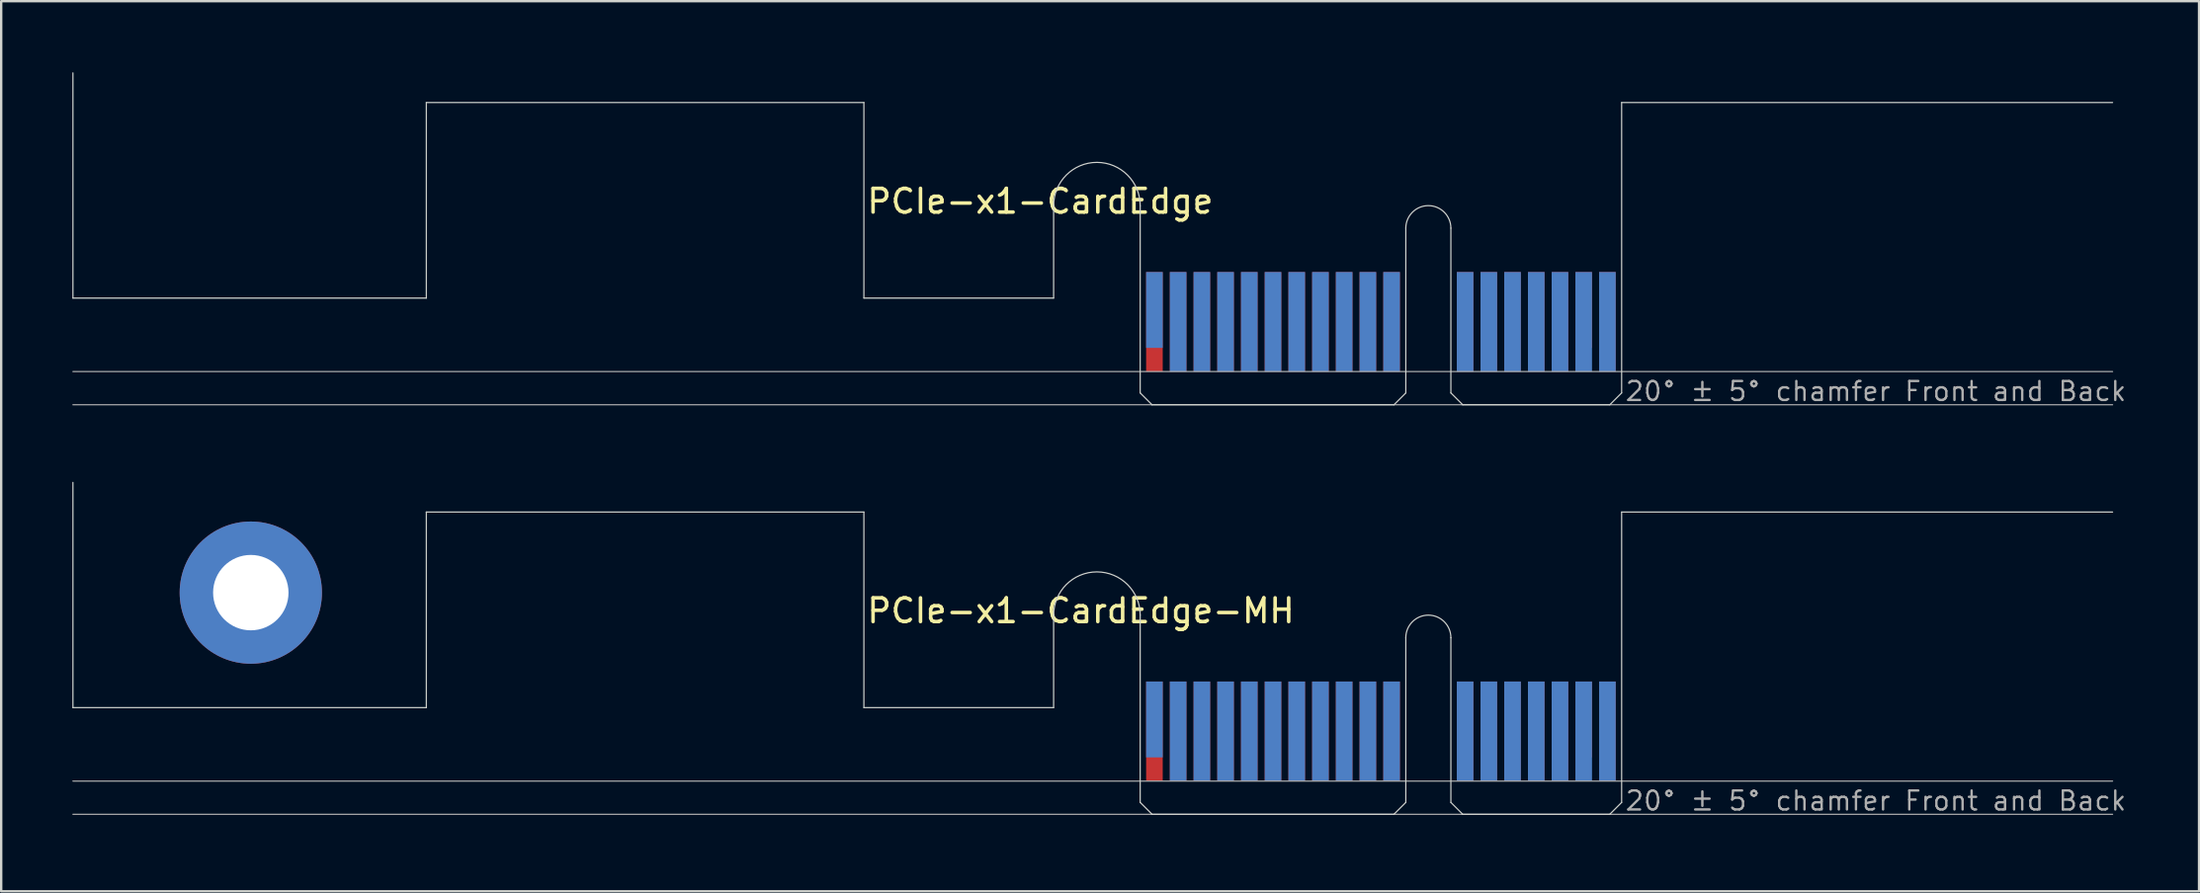
<source format=kicad_pcb>
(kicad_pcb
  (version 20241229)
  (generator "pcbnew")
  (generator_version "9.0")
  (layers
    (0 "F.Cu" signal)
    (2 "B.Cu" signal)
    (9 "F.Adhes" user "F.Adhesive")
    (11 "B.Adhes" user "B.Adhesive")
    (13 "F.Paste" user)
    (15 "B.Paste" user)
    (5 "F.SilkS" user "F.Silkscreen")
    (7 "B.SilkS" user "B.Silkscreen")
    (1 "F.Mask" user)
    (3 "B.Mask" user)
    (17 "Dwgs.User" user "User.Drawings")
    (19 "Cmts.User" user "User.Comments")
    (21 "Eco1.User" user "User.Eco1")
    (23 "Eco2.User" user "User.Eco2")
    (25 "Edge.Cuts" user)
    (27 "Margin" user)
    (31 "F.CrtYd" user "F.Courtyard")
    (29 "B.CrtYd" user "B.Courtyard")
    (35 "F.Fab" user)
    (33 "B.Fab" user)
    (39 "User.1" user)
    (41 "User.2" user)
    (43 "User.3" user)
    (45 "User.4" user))
  (footprint "PCIe-x1-CardEdge-MH"
    (layer "F.Cu")
    (at 45.025 31.3)
    (property "Reference" "PCIe-x1-CardEdge-MH" (at -11.6 -8 0) (layer "F.SilkS") (effects (font (size 1 1) (thickness 0.15)) (justify left bottom)))
    (attr exclude_from_pos_files exclude_from_bom)
    (fp_poly (pts (xy -3.65 -4.5) (xy -11.65 -4.5) (xy -11.65 -7.95) (xy -3.65 -7.95)) (stroke (width 0.1) (type solid)) (fill yes) (layer "F.Mask"))
    (fp_poly (pts (xy 11.2 -5.45) (xy 0 -5.45) (xy 0 0) (xy 11.2 0)) (stroke (width 0.1) (type solid)) (fill yes) (layer "F.Mask"))
    (fp_poly (pts (xy 20.3 -5.45) (xy 13.1 -5.45) (xy 13.1 0) (xy 20.3 0)) (stroke (width 0.1) (type solid)) (fill yes) (layer "F.Mask"))
    (fp_poly (pts (xy -3.65 -7.95) (xy -11.65 -7.95) (xy -11.65 -4.5) (xy -3.65 -4.5)) (stroke (width 0.1) (type solid)) (fill yes) (layer "B.Mask"))
    (fp_poly (pts (xy 11.2 0) (xy 0 0) (xy 0 -5.45) (xy 11.2 -5.45)) (stroke (width 0.1) (type solid)) (fill yes) (layer "B.Mask"))
    (fp_poly (pts (xy 20.3 -5.45) (xy 13.1 -5.45) (xy 13.1 0) (xy 20.3 0)) (stroke (width 0.1) (type solid)) (fill yes) (layer "B.Mask"))
    (fp_line (start -45 -4.5) (end -45 -14) (stroke (width 0.05) (type solid)) (layer "Edge.Cuts"))
    (fp_line (start -30.1 -12.75) (end -30.1 -4.5) (stroke (width 0.05) (type solid)) (layer "Edge.Cuts"))
    (fp_line (start -30.1 -4.5) (end -45 -4.5) (stroke (width 0.05) (type solid)) (layer "Edge.Cuts"))
    (fp_line (start -11.65 -12.75) (end -30.1 -12.75) (stroke (width 0.05) (type solid)) (layer "Edge.Cuts"))
    (fp_line (start -11.65 -4.5) (end -11.65 -12.75) (stroke (width 0.05) (type solid)) (layer "Edge.Cuts"))
    (fp_line (start -3.65 -4.5) (end -11.65 -4.5) (stroke (width 0.05) (type solid)) (layer "Edge.Cuts"))
    (fp_line (start -3.65 -4.5) (end -3.65 -8.4) (stroke (width 0.05) (type solid)) (layer "Edge.Cuts"))
    (fp_line (start 0 -0.5) (end 0 -8.4) (stroke (width 0.05) (type solid)) (layer "Edge.Cuts"))
    (fp_line (start 0.5 0) (end 0 -0.5) (stroke (width 0.05) (type solid)) (layer "Edge.Cuts"))
    (fp_line (start 0.5 0) (end 10.7 0) (stroke (width 0.05) (type solid)) (layer "Edge.Cuts"))
    (fp_line (start 10.7 0) (end 11.2 -0.5) (stroke (width 0.05) (type solid)) (layer "Edge.Cuts"))
    (fp_line (start 11.2 -0.5) (end 11.2 -7.45) (stroke (width 0.05) (type solid)) (layer "Edge.Cuts"))
    (fp_line (start 13.1 -0.5) (end 13.1 -7.45) (stroke (width 0.05) (type solid)) (layer "Edge.Cuts"))
    (fp_line (start 13.6 0) (end 13.1 -0.5) (stroke (width 0.05) (type solid)) (layer "Edge.Cuts"))
    (fp_line (start 19.8 0) (end 13.6 0) (stroke (width 0.05) (type solid)) (layer "Edge.Cuts"))
    (fp_line (start 19.8 0) (end 20.3 -0.5) (stroke (width 0.05) (type solid)) (layer "Edge.Cuts"))
    (fp_line (start 20.3 -12.75) (end 41 -12.75) (stroke (width 0.05) (type solid)) (layer "Edge.Cuts"))
    (fp_line (start 20.3 -0.5) (end 20.3 -12.75) (stroke (width 0.05) (type solid)) (layer "Edge.Cuts"))
    (fp_arc (start -3.65 -8.4) (mid -1.825 -10.225) (end 0 -8.4) (stroke (width 0.05) (type solid)) (layer "Edge.Cuts"))
    (fp_arc (start 11.2 -7.45) (mid 12.15 -8.4) (end 13.1 -7.45) (stroke (width 0.05) (type solid)) (layer "Edge.Cuts"))
    (fp_line (start -45 -1.4) (end 41 -1.4) (stroke (width 0.05) (type solid)) (layer "F.Fab"))
    (fp_line (start 41 0) (end -45 0) (stroke (width 0.05) (type solid)) (layer "F.Fab"))
    (fp_text user "20° ± 5° chamfer Front and Back" (at 20.4 -0.1 0) (layer "F.Fab") (effects (font (size 0.8 0.8) (thickness 0.1)) (justify left bottom)))
    (pad "A1" smd rect (at 0.6 -4) (size 0.7 3.2) (layers "B.Cu"))
    (pad "A2" smd rect (at 1.6 -3.5) (size 0.7 4.2) (layers "B.Cu"))
    (pad "A3" smd rect (at 2.6 -3.5) (size 0.7 4.2) (layers "B.Cu"))
    (pad "A4" smd rect (at 3.6 -3.5) (size 0.7 4.2) (layers "B.Cu"))
    (pad "A5" smd rect (at 4.6 -3.5) (size 0.7 4.2) (layers "B.Cu"))
    (pad "A6" smd rect (at 5.6 -3.5) (size 0.7 4.2) (layers "B.Cu"))
    (pad "A7" smd rect (at 6.6 -3.5) (size 0.7 4.2) (layers "B.Cu"))
    (pad "A8" smd rect (at 7.6 -3.5) (size 0.7 4.2) (layers "B.Cu"))
    (pad "A9" smd rect (at 8.6 -3.5) (size 0.7 4.2) (layers "B.Cu"))
    (pad "A10" smd rect (at 9.6 -3.5) (size 0.7 4.2) (layers "B.Cu"))
    (pad "A11" smd rect (at 10.6 -3.5) (size 0.7 4.2) (layers "B.Cu"))
    (pad "A12" smd rect (at 13.7 -3.5) (size 0.7 4.2) (layers "B.Cu"))
    (pad "A13" smd rect (at 14.7 -3.5) (size 0.7 4.2) (layers "B.Cu"))
    (pad "A14" smd rect (at 15.7 -3.5) (size 0.7 4.2) (layers "B.Cu"))
    (pad "A15" smd rect (at 16.7 -3.5) (size 0.7 4.2) (layers "B.Cu"))
    (pad "A16" smd rect (at 17.7 -3.5) (size 0.7 4.2) (layers "B.Cu"))
    (pad "A17" smd rect (at 18.7 -3.5) (size 0.7 4.2) (layers "B.Cu"))
    (pad "A18" smd rect (at 19.7 -3.5) (size 0.7 4.2) (layers "B.Cu"))
    (pad "B1" smd rect (at 0.6 -3.5) (size 0.7 4.2) (layers "F.Cu"))
    (pad "B2" smd rect (at 1.6 -3.5) (size 0.7 4.2) (layers "F.Cu"))
    (pad "B3" smd rect (at 2.6 -3.5) (size 0.7 4.2) (layers "F.Cu"))
    (pad "B4" smd rect (at 3.6 -3.5) (size 0.7 4.2) (layers "F.Cu"))
    (pad "B5" smd rect (at 4.6 -3.5) (size 0.7 4.2) (layers "F.Cu"))
    (pad "B6" smd rect (at 5.6 -3.5) (size 0.7 4.2) (layers "F.Cu"))
    (pad "B7" smd rect (at 6.6 -3.5) (size 0.7 4.2) (layers "F.Cu"))
    (pad "B8" smd rect (at 7.6 -3.5) (size 0.7 4.2) (layers "F.Cu"))
    (pad "B9" smd rect (at 8.6 -3.5) (size 0.7 4.2) (layers "F.Cu"))
    (pad "B10" smd rect (at 9.6 -3.5) (size 0.7 4.2) (layers "F.Cu"))
    (pad "B11" smd rect (at 10.6 -3.5) (size 0.7 4.2) (layers "F.Cu"))
    (pad "B12" smd rect (at 13.7 -3.5) (size 0.7 4.2) (layers "F.Cu"))
    (pad "B13" smd rect (at 14.7 -3.5) (size 0.7 4.2) (layers "F.Cu"))
    (pad "B14" smd rect (at 15.7 -3.5) (size 0.7 4.2) (layers "F.Cu"))
    (pad "B15" smd rect (at 16.7 -3.5) (size 0.7 4.2) (layers "F.Cu"))
    (pad "B16" smd rect (at 17.7 -3.5) (size 0.7 4.2) (layers "F.Cu"))
    (pad "B17" smd rect (at 18.7 -4) (size 0.7 3.2) (layers "F.Cu"))
    (pad "B18" smd rect (at 19.7 -3.5) (size 0.7 4.2) (layers "F.Cu"))
    (pad "GND" thru_hole circle (at -37.5 -9.35) (size 6 6) (drill 3.18) (layers "*.Cu" "*.Mask")))
  (footprint "PCIe-x1-CardEdge"
    (layer "F.Cu")
    (at 45.025 14.025)
    (property "Reference" "PCIe-x1-CardEdge" (at -11.6 -8 0) (layer "F.SilkS") (effects (font (size 1 1) (thickness 0.15)) (justify left bottom)))
    (attr exclude_from_pos_files exclude_from_bom)
    (fp_poly (pts (xy -3.65 -4.5) (xy -11.65 -4.5) (xy -11.65 -7.95) (xy -3.65 -7.95)) (stroke (width 0.1) (type solid)) (fill yes) (layer "F.Mask"))
    (fp_poly (pts (xy 11.2 -5.45) (xy 0 -5.45) (xy 0 0) (xy 11.2 0)) (stroke (width 0.1) (type solid)) (fill yes) (layer "F.Mask"))
    (fp_poly (pts (xy 20.3 -5.45) (xy 13.1 -5.45) (xy 13.1 0) (xy 20.3 0)) (stroke (width 0.1) (type solid)) (fill yes) (layer "F.Mask"))
    (fp_poly (pts (xy -3.65 -7.95) (xy -11.65 -7.95) (xy -11.65 -4.5) (xy -3.65 -4.5)) (stroke (width 0.1) (type solid)) (fill yes) (layer "B.Mask"))
    (fp_poly (pts (xy 11.2 0) (xy 0 0) (xy 0 -5.45) (xy 11.2 -5.45)) (stroke (width 0.1) (type solid)) (fill yes) (layer "B.Mask"))
    (fp_poly (pts (xy 20.3 -5.45) (xy 13.1 -5.45) (xy 13.1 0) (xy 20.3 0)) (stroke (width 0.1) (type solid)) (fill yes) (layer "B.Mask"))
    (fp_line (start -45 -4.5) (end -45 -14) (stroke (width 0.05) (type solid)) (layer "Edge.Cuts"))
    (fp_line (start -30.1 -12.75) (end -30.1 -4.5) (stroke (width 0.05) (type solid)) (layer "Edge.Cuts"))
    (fp_line (start -30.1 -4.5) (end -45 -4.5) (stroke (width 0.05) (type solid)) (layer "Edge.Cuts"))
    (fp_line (start -11.65 -12.75) (end -30.1 -12.75) (stroke (width 0.05) (type solid)) (layer "Edge.Cuts"))
    (fp_line (start -11.65 -4.5) (end -11.65 -12.75) (stroke (width 0.05) (type solid)) (layer "Edge.Cuts"))
    (fp_line (start -3.65 -4.5) (end -11.65 -4.5) (stroke (width 0.05) (type solid)) (layer "Edge.Cuts"))
    (fp_line (start -3.65 -4.5) (end -3.65 -8.4) (stroke (width 0.05) (type solid)) (layer "Edge.Cuts"))
    (fp_line (start 0 -0.5) (end 0 -8.4) (stroke (width 0.05) (type solid)) (layer "Edge.Cuts"))
    (fp_line (start 0.5 0) (end 0 -0.5) (stroke (width 0.05) (type solid)) (layer "Edge.Cuts"))
    (fp_line (start 0.5 0) (end 10.7 0) (stroke (width 0.05) (type solid)) (layer "Edge.Cuts"))
    (fp_line (start 10.7 0) (end 11.2 -0.5) (stroke (width 0.05) (type solid)) (layer "Edge.Cuts"))
    (fp_line (start 11.2 -0.5) (end 11.2 -7.45) (stroke (width 0.05) (type solid)) (layer "Edge.Cuts"))
    (fp_line (start 13.1 -0.5) (end 13.1 -7.45) (stroke (width 0.05) (type solid)) (layer "Edge.Cuts"))
    (fp_line (start 13.6 0) (end 13.1 -0.5) (stroke (width 0.05) (type solid)) (layer "Edge.Cuts"))
    (fp_line (start 19.8 0) (end 13.6 0) (stroke (width 0.05) (type solid)) (layer "Edge.Cuts"))
    (fp_line (start 19.8 0) (end 20.3 -0.5) (stroke (width 0.05) (type solid)) (layer "Edge.Cuts"))
    (fp_line (start 20.3 -12.75) (end 41 -12.75) (stroke (width 0.05) (type solid)) (layer "Edge.Cuts"))
    (fp_line (start 20.3 -0.5) (end 20.3 -12.75) (stroke (width 0.05) (type solid)) (layer "Edge.Cuts"))
    (fp_arc (start -3.65 -8.4) (mid -1.825 -10.225) (end 0 -8.4) (stroke (width 0.05) (type solid)) (layer "Edge.Cuts"))
    (fp_arc (start 11.2 -7.45) (mid 12.15 -8.4) (end 13.1 -7.45) (stroke (width 0.05) (type solid)) (layer "Edge.Cuts"))
    (fp_line (start -45 -1.4) (end 41 -1.4) (stroke (width 0.05) (type solid)) (layer "F.Fab"))
    (fp_line (start 41 0) (end -45 0) (stroke (width 0.05) (type solid)) (layer "F.Fab"))
    (fp_text user "20° ± 5° chamfer Front and Back" (at 20.4 -0.1 0) (layer "F.Fab") (effects (font (size 0.8 0.8) (thickness 0.1)) (justify left bottom)))
    (pad "A1" smd rect (at 0.6 -4) (size 0.7 3.2) (layers "B.Cu"))
    (pad "A2" smd rect (at 1.6 -3.5) (size 0.7 4.2) (layers "B.Cu"))
    (pad "A3" smd rect (at 2.6 -3.5) (size 0.7 4.2) (layers "B.Cu"))
    (pad "A4" smd rect (at 3.6 -3.5) (size 0.7 4.2) (layers "B.Cu"))
    (pad "A5" smd rect (at 4.6 -3.5) (size 0.7 4.2) (layers "B.Cu"))
    (pad "A6" smd rect (at 5.6 -3.5) (size 0.7 4.2) (layers "B.Cu"))
    (pad "A7" smd rect (at 6.6 -3.5) (size 0.7 4.2) (layers "B.Cu"))
    (pad "A8" smd rect (at 7.6 -3.5) (size 0.7 4.2) (layers "B.Cu"))
    (pad "A9" smd rect (at 8.6 -3.5) (size 0.7 4.2) (layers "B.Cu"))
    (pad "A10" smd rect (at 9.6 -3.5) (size 0.7 4.2) (layers "B.Cu"))
    (pad "A11" smd rect (at 10.6 -3.5) (size 0.7 4.2) (layers "B.Cu"))
    (pad "A12" smd rect (at 13.7 -3.5) (size 0.7 4.2) (layers "B.Cu"))
    (pad "A13" smd rect (at 14.7 -3.5) (size 0.7 4.2) (layers "B.Cu"))
    (pad "A14" smd rect (at 15.7 -3.5) (size 0.7 4.2) (layers "B.Cu"))
    (pad "A15" smd rect (at 16.7 -3.5) (size 0.7 4.2) (layers "B.Cu"))
    (pad "A16" smd rect (at 17.7 -3.5) (size 0.7 4.2) (layers "B.Cu"))
    (pad "A17" smd rect (at 18.7 -3.5) (size 0.7 4.2) (layers "B.Cu"))
    (pad "A18" smd rect (at 19.7 -3.5) (size 0.7 4.2) (layers "B.Cu"))
    (pad "B1" smd rect (at 0.6 -3.5) (size 0.7 4.2) (layers "F.Cu"))
    (pad "B2" smd rect (at 1.6 -3.5) (size 0.7 4.2) (layers "F.Cu"))
    (pad "B3" smd rect (at 2.6 -3.5) (size 0.7 4.2) (layers "F.Cu"))
    (pad "B4" smd rect (at 3.6 -3.5) (size 0.7 4.2) (layers "F.Cu"))
    (pad "B5" smd rect (at 4.6 -3.5) (size 0.7 4.2) (layers "F.Cu"))
    (pad "B6" smd rect (at 5.6 -3.5) (size 0.7 4.2) (layers "F.Cu"))
    (pad "B7" smd rect (at 6.6 -3.5) (size 0.7 4.2) (layers "F.Cu"))
    (pad "B8" smd rect (at 7.6 -3.5) (size 0.7 4.2) (layers "F.Cu"))
    (pad "B9" smd rect (at 8.6 -3.5) (size 0.7 4.2) (layers "F.Cu"))
    (pad "B10" smd rect (at 9.6 -3.5) (size 0.7 4.2) (layers "F.Cu"))
    (pad "B11" smd rect (at 10.6 -3.5) (size 0.7 4.2) (layers "F.Cu"))
    (pad "B12" smd rect (at 13.7 -3.5) (size 0.7 4.2) (layers "F.Cu"))
    (pad "B13" smd rect (at 14.7 -3.5) (size 0.7 4.2) (layers "F.Cu"))
    (pad "B14" smd rect (at 15.7 -3.5) (size 0.7 4.2) (layers "F.Cu"))
    (pad "B15" smd rect (at 16.7 -3.5) (size 0.7 4.2) (layers "F.Cu"))
    (pad "B16" smd rect (at 17.7 -3.5) (size 0.7 4.2) (layers "F.Cu"))
    (pad "B17" smd rect (at 18.7 -4) (size 0.7 3.2) (layers "F.Cu"))
    (pad "B18" smd rect (at 19.7 -3.5) (size 0.7 4.2) (layers "F.Cu")))
  (gr_rect
    (start -3 -3)
    (end 89.67 34.55)
    (stroke (width 0.1) (type default))
    (fill no)
    (layer "Edge.Cuts")))
</source>
